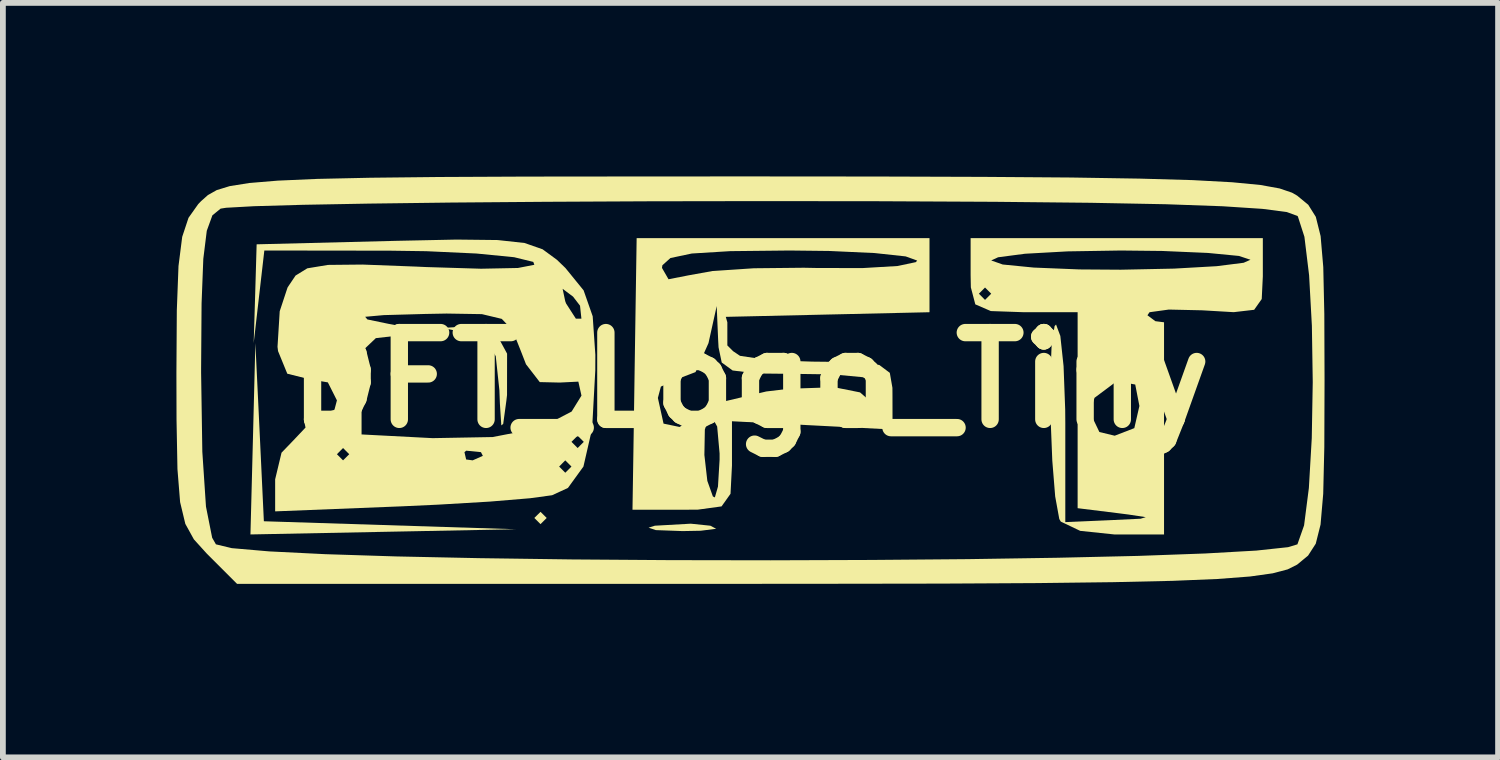
<source format=kicad_pcb>
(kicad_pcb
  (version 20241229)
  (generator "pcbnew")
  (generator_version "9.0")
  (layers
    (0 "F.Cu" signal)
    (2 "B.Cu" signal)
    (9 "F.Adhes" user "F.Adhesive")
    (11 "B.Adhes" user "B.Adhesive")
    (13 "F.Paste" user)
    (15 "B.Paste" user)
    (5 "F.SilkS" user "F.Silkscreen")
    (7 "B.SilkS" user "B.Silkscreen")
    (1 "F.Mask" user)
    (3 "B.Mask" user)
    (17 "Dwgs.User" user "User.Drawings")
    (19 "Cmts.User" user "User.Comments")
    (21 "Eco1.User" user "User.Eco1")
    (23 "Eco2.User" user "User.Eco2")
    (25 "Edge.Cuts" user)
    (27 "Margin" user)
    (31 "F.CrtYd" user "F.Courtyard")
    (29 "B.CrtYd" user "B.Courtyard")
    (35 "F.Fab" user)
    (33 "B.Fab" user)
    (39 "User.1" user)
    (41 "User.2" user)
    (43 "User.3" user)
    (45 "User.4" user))
  (footprint "DFT_Logo_Tiny"
    (layer "F.Cu")
    (at 9.925 3.522)
    (property "Reference" "DFT_Logo_Tiny" (at 0 0 0) (layer "F.SilkS") (effects (font (size 1.5 1.5) (thickness 0.3))))
    (attr board_only exclude_from_pos_files exclude_from_bom)
    (fp_poly (pts (xy -3.523 2.383) (xy -3.63 2.49) (xy -3.737 2.383) (xy -3.63 2.277)) (stroke (width 0) (type solid)) (fill yes) (layer "F.SilkS"))
    (fp_poly (pts (xy 6.51 0.64) (xy 6.403 0.747) (xy 6.297 0.64) (xy 6.403 0.534)) (stroke (width 0) (type solid)) (fill yes) (layer "F.SilkS"))
    (fp_poly (pts (xy 4.456 -0.876) (xy 4.392 -0.779) (xy 4.175 -0.764) (xy 3.948 -0.816) (xy 4.046 -0.893) (xy 4.38 -0.918)) (stroke (width 0) (type solid)) (fill yes) (layer "F.SilkS"))
    (fp_poly (pts (xy -8.486 0.9) (xy -8.413 2.44) (xy -6.234 2.509) (xy -4.055 2.578) (xy -6.35 2.623) (xy -8.645 2.668) (xy -8.602 1.014) (xy -8.56 -0.64)) (stroke (width 0) (type solid)) (fill yes) (layer "F.SilkS"))
    (fp_poly (pts (xy -0.694 2.517) (xy -0.593 2.57) (xy -0.861 2.604) (xy -1.174 2.61) (xy -1.636 2.593) (xy -1.762 2.551) (xy -1.654 2.517) (xy -1.032 2.482)) (stroke (width 0) (type solid)) (fill yes) (layer "F.SilkS"))
    (fp_poly (pts (xy -4.414 -0.838) (xy -4.208 -0.458) (xy -4.209 0.257) (xy -4.22 0.353) (xy -4.275 0.756) (xy -4.308 0.783) (xy -4.332 0.411) (xy -4.341 0.175) (xy -4.404 -0.414) (xy -4.575 -0.704) (xy -4.856 -0.81) (xy -5.336 -0.902) (xy -4.849 -0.931)) (stroke (width 0) (type solid)) (fill yes) (layer "F.SilkS"))
    (fp_poly (pts (xy 8.858 -1.794) (xy 8.839 -1.402) (xy 8.708 -1.216) (xy 8.354 -1.175) (xy 7.811 -1.207) (xy 7.233 -1.22) (xy 6.899 -1.174) (xy 6.863 -1.121) (xy 7 -1.019) (xy 7.15 -1) (xy 7.15 -0.92) (xy 7.15 -0.85) (xy 7.15 -0.79) (xy 7.15 -0.723) (xy 7.15 0.973) (xy 7.15 2.668) (xy 6.29 2.668) (xy 5.7 2.606) (xy 5.365 2.446) (xy 5.339 2.401) (xy 5.268 2.011) (xy 5.218 1.391) (xy 5.189 0.664) (xy 5.185 -0.048) (xy 5.207 -0.622) (xy 5.258 -0.935) (xy 5.283 -0.961) (xy 5.357 -0.764) (xy 5.413 -0.242) (xy 5.441 0.506) (xy 5.443 0.747) (xy 5.443 2.455) (xy 6.243 2.42) (xy 6.744 2.396) (xy 6.834 2.369) (xy 6.531 2.323) (xy 6.35 2.3) (xy 5.656 2.214) (xy 5.656 0.559) (xy 5.87 0.559) (xy 6.032 0.897) (xy 6.297 0.961) (xy 6.636 0.83) (xy 6.724 0.447) (xy 6.652 0.076) (xy 6.375 0.027) (xy 6.297 0.045) (xy 5.948 0.306) (xy 5.87 0.559) (xy 5.656 0.559) (xy 5.656 0.52) (xy 5.656 -1.174) (xy 4.731 -1.174) (xy 4.155 -1.194) (xy 3.887 -1.31) (xy 3.839 -1.494) (xy 3.949 -1.494) (xy 4.055 -1.387) (xy 4.162 -1.494) (xy 4.055 -1.601) (xy 3.949 -1.494) (xy 3.839 -1.494) (xy 3.81 -1.603) (xy 3.806 -1.814) (xy 3.806 -2.069) (xy 4.162 -2.069) (xy 4.361 -1.999) (xy 4.898 -1.946) (xy 5.686 -1.914) (xy 6.403 -1.909) (xy 7.323 -1.928) (xy 8.06 -1.97) (xy 8.526 -2.029) (xy 8.644 -2.081) (xy 8.446 -2.147) (xy 7.908 -2.199) (xy 7.121 -2.233) (xy 6.403 -2.241) (xy 5.483 -2.226) (xy 4.746 -2.185) (xy 4.281 -2.124) (xy 4.162 -2.069) (xy 3.806 -2.069) (xy 3.806 -2.455) (xy 6.332 -2.455) (xy 8.858 -2.455)) (stroke (width 0) (type solid)) (fill yes) (layer "F.SilkS"))
    (fp_poly (pts (xy 3.095 -1.814) (xy 3.095 -1.174) (xy 1.334 -1.134) (xy -0.427 -1.094) (xy -0.4 -1) (xy -0.4 -0.8) (xy -0.4 -0.7) (xy -0.4 -0.6) (xy -0.3 -0.5) (xy -0.181 -0.42) (xy 0.33 -0.344) (xy 1.067 -0.32) (xy 1.813 -0.312) (xy 2.228 -0.261) (xy 2.409 -0.126) (xy 2.454 0.133) (xy 2.455 0.267) (xy 2.456 0.854) (xy 1.068 0.782) (xy -0.32 0.711) (xy -0.32 1.476) (xy -0.345 1.965) (xy -0.5 2.183) (xy -0.908 2.239) (xy -1.18 2.241) (xy -2.04 2.241) (xy -2.025 1.294) (xy -0.797 1.294) (xy -0.746 1.742) (xy -0.65 2.011) (xy -0.616 2.028) (xy -0.562 1.84) (xy -0.534 1.376) (xy -0.534 1.268) (xy -0.576 0.802) (xy -0.682 0.611) (xy -0.711 0.618) (xy -0.789 0.855) (xy -0.797 1.294) (xy -2.025 1.294) (xy -2.01 0.308) (xy -1.601 0.308) (xy -1.503 0.752) (xy -1.225 0.81) (xy -0.921 0.605) (xy -0.457 0.369) (xy 0.274 0.196) (xy 0.667 0.149) (xy 1.448 0.123) (xy 1.894 0.212) (xy 2.048 0.345) (xy 2.198 0.505) (xy 2.238 0.267) (xy 2.179 0.063) (xy 1.939 -0.051) (xy 1.426 -0.099) (xy 0.854 -0.107) (xy 0.108 -0.115) (xy -0.309 -0.167) (xy -0.497 -0.304) (xy -0.552 -0.567) (xy -0.559 -0.694) (xy -0.584 -1.281) (xy -0.726 -0.64) (xy -0.95 -0.139) (xy -1.235 -0.03) (xy -1.549 0.112) (xy -1.601 0.308) (xy -2.01 0.308) (xy -2.004 -0.107) (xy -1.976 -1.94) (xy -1.53 -1.94) (xy -1.417 -1.744) (xy -1.075 -1.811) (xy -0.653 -1.887) (xy 0.059 -1.934) (xy 0.922 -1.943) (xy 1.13 -1.939) (xy 1.934 -1.937) (xy 2.543 -1.973) (xy 2.859 -2.04) (xy 2.882 -2.067) (xy 2.683 -2.139) (xy 2.146 -2.197) (xy 1.361 -2.233) (xy 0.676 -2.241) (xy -0.35 -2.23) (xy -1.015 -2.189) (xy -1.384 -2.111) (xy -1.523 -1.986) (xy -1.53 -1.94) (xy -1.976 -1.94) (xy -1.968 -2.455) (xy 0.564 -2.455) (xy 3.095 -2.455)) (stroke (width 0) (type solid)) (fill yes) (layer "F.SilkS"))
    (fp_poly (pts (xy 2.19 -3.52) (xy 4.039 -3.514) (xy 5.539 -3.503) (xy 6.728 -3.484) (xy 7.644 -3.458) (xy 8.327 -3.421) (xy 8.816 -3.374) (xy 9.148 -3.314) (xy 9.362 -3.241) (xy 9.451 -3.19) (xy 9.643 -3.032) (xy 9.774 -2.823) (xy 9.857 -2.49) (xy 9.903 -1.954) (xy 9.921 -1.142) (xy 9.925 -0.000001) (xy 9.921 1.158) (xy 9.902 1.965) (xy 9.856 2.497) (xy 9.773 2.828) (xy 9.64 3.034) (xy 9.451 3.19) (xy 9.287 3.272) (xy 9.029 3.34) (xy 8.637 3.395) (xy 8.073 3.438) (xy 7.298 3.47) (xy 6.273 3.493) (xy 4.958 3.509) (xy 3.315 3.518) (xy 1.306 3.521) (xy 0.05 3.522) (xy -8.877 3.522) (xy -9.401 2.998) (xy -9.623 2.753) (xy -9.771 2.485) (xy -9.861 2.109) (xy -9.907 1.538) (xy -9.923 0.685) (xy -9.925 -0.097) (xy -9.925 -0.127) (xy -9.498 -0.127) (xy -9.477 1.238) (xy -9.414 2.186) (xy -9.307 2.725) (xy -9.242 2.839) (xy -8.968 2.905) (xy -8.32 2.961) (xy -7.355 3.009) (xy -6.126 3.048) (xy -4.687 3.078) (xy -3.092 3.1) (xy -1.397 3.112) (xy 0.346 3.115) (xy 2.081 3.109) (xy 3.754 3.095) (xy 5.311 3.071) (xy 6.698 3.039) (xy 7.861 2.997) (xy 8.745 2.947) (xy 9.295 2.888) (xy 9.456 2.839) (xy 9.571 2.512) (xy 9.654 1.865) (xy 9.704 1.003) (xy 9.721 0.033) (xy 9.706 -0.941) (xy 9.658 -1.813) (xy 9.577 -2.478) (xy 9.464 -2.829) (xy 9.456 -2.839) (xy 9.272 -2.906) (xy 8.851 -2.961) (xy 8.163 -3.006) (xy 7.182 -3.041) (xy 5.879 -3.066) (xy 4.228 -3.083) (xy 2.201 -3.093) (xy 0.188 -3.095) (xy -1.742 -3.092) (xy -3.547 -3.083) (xy -5.179 -3.07) (xy -6.594 -3.052) (xy -7.744 -3.031) (xy -8.583 -3.007) (xy -9.066 -2.98) (xy -9.161 -2.965) (xy -9.303 -2.849) (xy -9.4 -2.582) (xy -9.46 -2.097) (xy -9.49 -1.326) (xy -9.498 -0.2) (xy -9.498 -0.127) (xy -9.925 -0.127) (xy -9.918 -1.206) (xy -9.889 -1.972) (xy -9.825 -2.477) (xy -9.716 -2.806) (xy -9.549 -3.042) (xy -9.498 -3.095) (xy -9.381 -3.199) (xy -9.229 -3.285) (xy -9.004 -3.354) (xy -8.666 -3.408) (xy -8.174 -3.449) (xy -7.49 -3.479) (xy -6.573 -3.499) (xy -5.384 -3.512) (xy -3.883 -3.519) (xy -2.03 -3.521) (xy -0.047 -3.522)) (stroke (width 0) (type solid)) (fill yes) (layer "F.SilkS"))
    (fp_poly (pts (xy -4.373 -2.422) (xy -3.906 -2.371) (xy -3.594 -2.262) (xy -3.346 -2.08) (xy -3.199 -1.938) (xy -2.885 -1.552) (xy -2.728 -1.104) (xy -2.682 -0.437) (xy -2.683 -0.17) (xy -2.738 0.839) (xy -2.888 1.494) (xy -3.156 1.864) (xy -3.43 1.99) (xy -3.811 2.042) (xy -4.506 2.1) (xy -5.402 2.153) (xy -6.03 2.182) (xy -8.218 2.269) (xy -8.218 1.715) (xy -8.165 1.494) (xy -3.308 1.494) (xy -3.202 1.601) (xy -3.095 1.494) (xy -3.202 1.387) (xy -3.308 1.494) (xy -8.165 1.494) (xy -8.114 1.281) (xy -7.15 1.281) (xy -7.044 1.387) (xy -6.937 1.281) (xy -6.973 1.245) (xy -4.945 1.245) (xy -4.916 1.372) (xy -4.803 1.387) (xy -4.627 1.309) (xy -4.66 1.245) (xy -4.914 1.22) (xy -4.945 1.245) (xy -6.973 1.245) (xy -7.044 1.174) (xy -7.15 1.281) (xy -8.114 1.281) (xy -8.108 1.255) (xy -7.927 1.067) (xy -3.095 1.067) (xy -2.988 1.174) (xy -2.882 1.067) (xy -2.988 0.961) (xy -3.095 1.067) (xy -7.927 1.067) (xy -7.899 1.038) (xy -7.693 0.82) (xy -7.72 0.688) (xy -7.704 0.552) (xy -7.506 0.597) (xy -7.214 0.593) (xy -7.15 0.35) (xy -7.278 0.096) (xy -6.724 0.096) (xy -6.724 0.939) (xy -5.496 1.003) (xy -4.458 0.984) (xy -3.632 0.824) (xy -3.093 0.544) (xy -2.922 0.268) (xy -2.976 0.026) (xy -3.298 0.042) (xy -3.643 0.034) (xy -3.881 -0.274) (xy -3.972 -0.508) (xy -4.113 -0.862) (xy -4.3 -1.059) (xy -4.643 -1.141) (xy -5.254 -1.151) (xy -5.624 -1.144) (xy -6.34 -1.124) (xy -6.662 -1.095) (xy -6.623 -1.049) (xy -6.257 -0.973) (xy -6.19 -0.961) (xy -5.674 -0.863) (xy -5.557 -0.814) (xy -5.818 -0.787) (xy -6.03 -0.777) (xy -6.477 -0.726) (xy -6.674 -0.539) (xy -6.723 -0.089) (xy -6.724 0.096) (xy -7.278 0.096) (xy -7.307 0.039) (xy -7.631 -0.017) (xy -8.008 -0.111) (xy -8.168 -0.502) (xy -8.177 -0.576) (xy -8.139 -1.191) (xy -8.011 -1.579) (xy -3.248 -1.579) (xy -3.203 -1.365) (xy -3.188 -1.325) (xy -3.019 -1.063) (xy -2.923 -1.062) (xy -2.947 -1.287) (xy -3.068 -1.444) (xy -3.248 -1.579) (xy -8.011 -1.579) (xy -8.002 -1.604) (xy -7.865 -1.808) (xy -7.662 -1.933) (xy -7.304 -1.992) (xy -6.707 -1.998) (xy -5.784 -1.963) (xy -5.607 -1.955) (xy -4.658 -1.926) (xy -4.02 -1.939) (xy -3.737 -1.994) (xy -3.755 -2.044) (xy -4.086 -2.125) (xy -4.738 -2.189) (xy -5.603 -2.229) (xy -6.23 -2.238) (xy -8.405 -2.241) (xy -8.497 -1.441) (xy -8.589 -0.64) (xy -8.563 -1.494) (xy -8.538 -2.348) (xy -6.134 -2.408) (xy -5.085 -2.43)) (stroke (width 0) (type solid)) (fill yes) (layer "F.SilkS")))
  (gr_rect
    (start -3 -3)
    (end 22.85 10.044)
    (stroke (width 0.1) (type default))
    (fill no)
    (layer "Edge.Cuts")))
</source>
